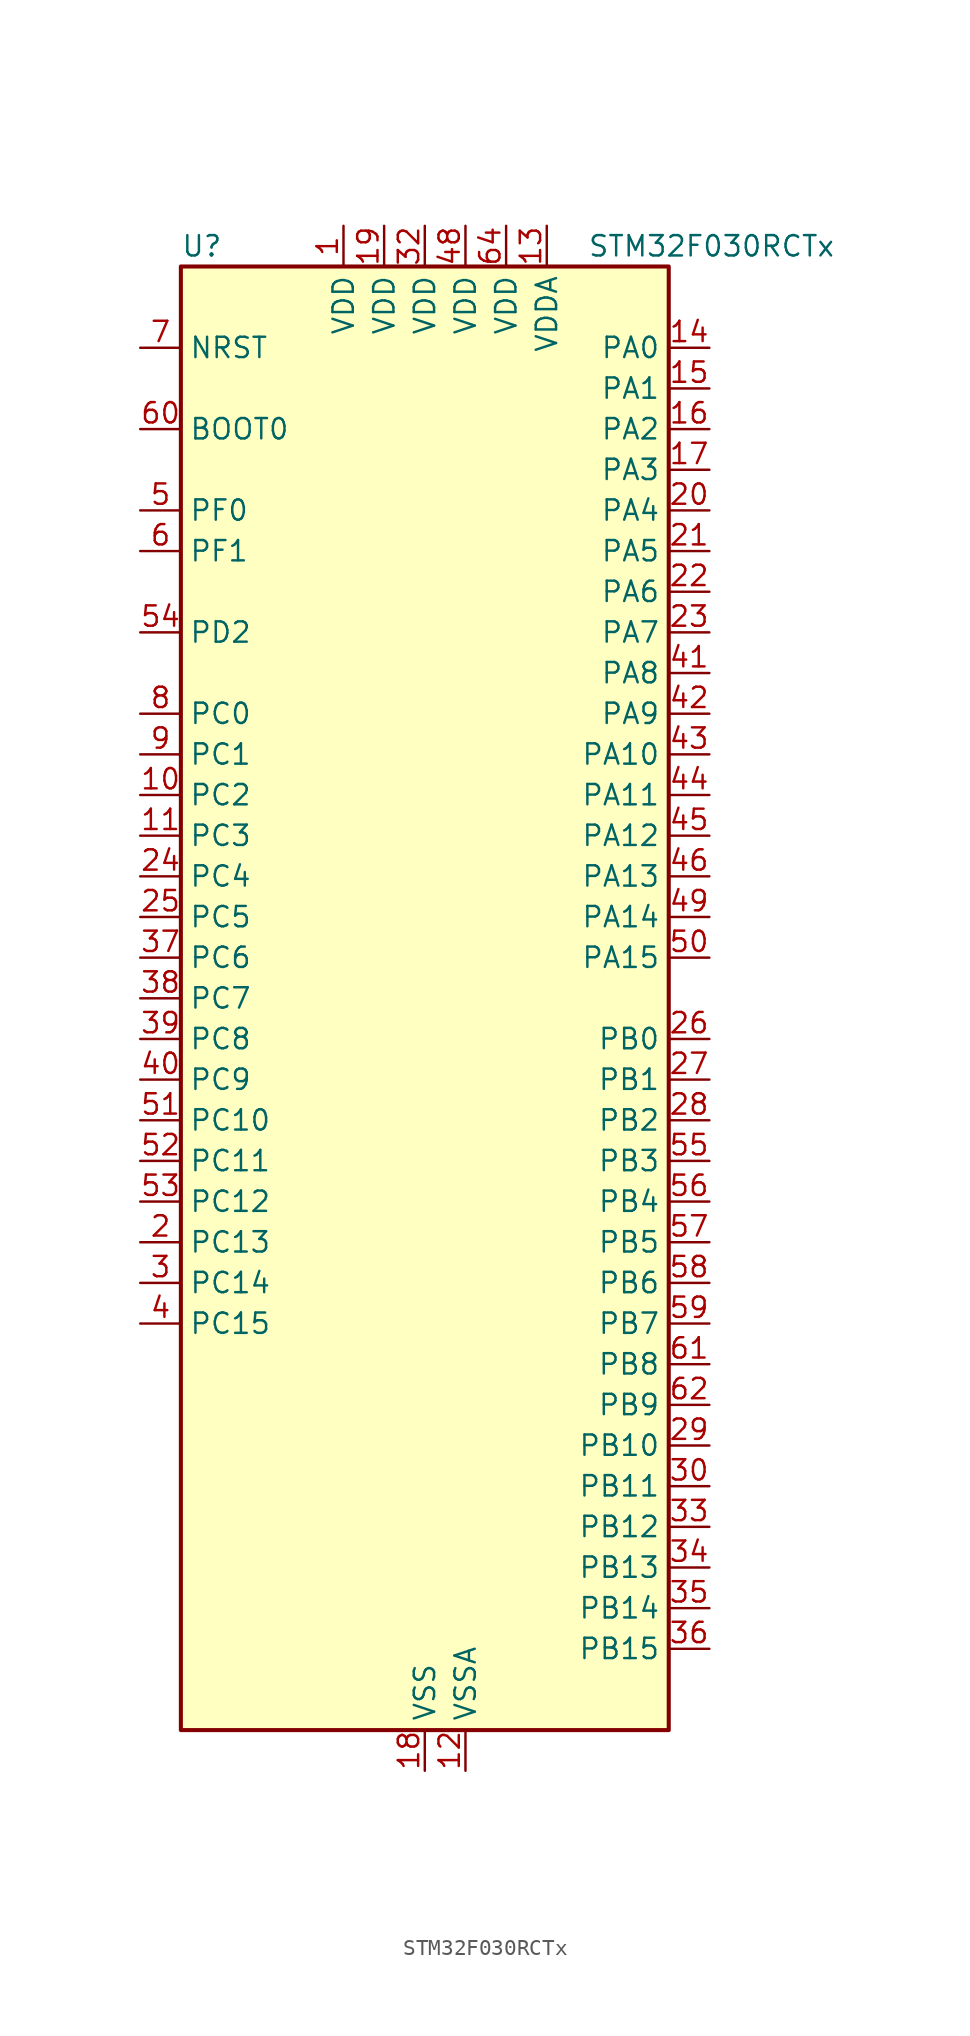
<source format=kicad_sym>
(kicad_symbol_lib
  (version 20241209)
  (generator "kicad_symbol_editor")
  (generator_version "9.0")
  (symbol "STM32F030RCTx"
    (property "Reference" "U"
      (at -15.24 46.99 0)
      (effects (font (size 1.27 1.27)) (justify left)))
    (property "Value" "STM32F030RCTx"
      (at 10.16 46.99 0)
      (effects (font (size 1.27 1.27)) (justify left)))
    (symbol "STM32F030RCTx_0_1"
      (rectangle (start -15.24 -45.72) (end 15.24 45.72) (stroke (width 0.254) (type default)) (fill (type background))))
    (symbol "STM32F030RCTx_1_1"
      (pin input line (at -17.78 40.64 0) (length 2.54) (name "NRST" (effects (font (size 1.27 1.27)))) (number "7" (effects (font (size 1.27 1.27)))))
      (pin input line (at -17.78 35.56 0) (length 2.54) (name "BOOT0" (effects (font (size 1.27 1.27)))) (number "60" (effects (font (size 1.27 1.27)))))
      (pin bidirectional line (at -17.78 30.48 0) (length 2.54) (name "PF0" (effects (font (size 1.27 1.27)))) (number "5" (effects (font (size 1.27 1.27)))) (alternate "I2C1_SDA" bidirectional line) (alternate "RCC_OSC_IN" bidirectional line))
      (pin bidirectional line (at -17.78 27.94 0) (length 2.54) (name "PF1" (effects (font (size 1.27 1.27)))) (number "6" (effects (font (size 1.27 1.27)))) (alternate "I2C1_SCL" bidirectional line) (alternate "RCC_OSC_OUT" bidirectional line))
      (pin bidirectional line (at -17.78 22.86 0) (length 2.54) (name "PD2" (effects (font (size 1.27 1.27)))) (number "54" (effects (font (size 1.27 1.27)))) (alternate "TIM3_ETR" bidirectional line) (alternate "USART3_DE" bidirectional line) (alternate "USART3_RTS" bidirectional line) (alternate "USART5_RX" bidirectional line))
      (pin bidirectional line (at -17.78 17.78 0) (length 2.54) (name "PC0" (effects (font (size 1.27 1.27)))) (number "8" (effects (font (size 1.27 1.27)))) (alternate "ADC_IN10" bidirectional line) (alternate "USART6_TX" bidirectional line))
      (pin bidirectional line (at -17.78 15.24 0) (length 2.54) (name "PC1" (effects (font (size 1.27 1.27)))) (number "9" (effects (font (size 1.27 1.27)))) (alternate "ADC_IN11" bidirectional line) (alternate "USART6_RX" bidirectional line))
      (pin bidirectional line (at -17.78 12.7 0) (length 2.54) (name "PC2" (effects (font (size 1.27 1.27)))) (number "10" (effects (font (size 1.27 1.27)))) (alternate "ADC_IN12" bidirectional line) (alternate "SPI2_MISO" bidirectional line))
      (pin bidirectional line (at -17.78 10.16 0) (length 2.54) (name "PC3" (effects (font (size 1.27 1.27)))) (number "11" (effects (font (size 1.27 1.27)))) (alternate "ADC_IN13" bidirectional line) (alternate "SPI2_MOSI" bidirectional line))
      (pin bidirectional line (at -17.78 7.62 0) (length 2.54) (name "PC4" (effects (font (size 1.27 1.27)))) (number "24" (effects (font (size 1.27 1.27)))) (alternate "ADC_IN14" bidirectional line) (alternate "USART3_TX" bidirectional line))
      (pin bidirectional line (at -17.78 5.08 0) (length 2.54) (name "PC5" (effects (font (size 1.27 1.27)))) (number "25" (effects (font (size 1.27 1.27)))) (alternate "ADC_IN15" bidirectional line) (alternate "USART3_RX" bidirectional line))
      (pin bidirectional line (at -17.78 2.54 0) (length 2.54) (name "PC6" (effects (font (size 1.27 1.27)))) (number "37" (effects (font (size 1.27 1.27)))) (alternate "TIM3_CH1" bidirectional line))
      (pin bidirectional line (at -17.78 0 0) (length 2.54) (name "PC7" (effects (font (size 1.27 1.27)))) (number "38" (effects (font (size 1.27 1.27)))) (alternate "TIM3_CH2" bidirectional line))
      (pin bidirectional line (at -17.78 -2.54 0) (length 2.54) (name "PC8" (effects (font (size 1.27 1.27)))) (number "39" (effects (font (size 1.27 1.27)))) (alternate "TIM3_CH3" bidirectional line))
      (pin bidirectional line (at -17.78 -5.08 0) (length 2.54) (name "PC9" (effects (font (size 1.27 1.27)))) (number "40" (effects (font (size 1.27 1.27)))) (alternate "TIM3_CH4" bidirectional line))
      (pin bidirectional line (at -17.78 -7.62 0) (length 2.54) (name "PC10" (effects (font (size 1.27 1.27)))) (number "51" (effects (font (size 1.27 1.27)))) (alternate "USART3_TX" bidirectional line) (alternate "USART4_TX" bidirectional line))
      (pin bidirectional line (at -17.78 -10.16 0) (length 2.54) (name "PC11" (effects (font (size 1.27 1.27)))) (number "52" (effects (font (size 1.27 1.27)))) (alternate "USART3_RX" bidirectional line) (alternate "USART4_RX" bidirectional line))
      (pin bidirectional line (at -17.78 -12.7 0) (length 2.54) (name "PC12" (effects (font (size 1.27 1.27)))) (number "53" (effects (font (size 1.27 1.27)))) (alternate "USART3_CK" bidirectional line) (alternate "USART4_CK" bidirectional line) (alternate "USART5_TX" bidirectional line))
      (pin bidirectional line (at -17.78 -15.24 0) (length 2.54) (name "PC13" (effects (font (size 1.27 1.27)))) (number "2" (effects (font (size 1.27 1.27)))) (alternate "RTC_OUT_ALARM" bidirectional line) (alternate "RTC_OUT_CALIB" bidirectional line) (alternate "RTC_TAMP1" bidirectional line) (alternate "RTC_TS" bidirectional line) (alternate "SYS_WKUP2" bidirectional line))
      (pin bidirectional line (at -17.78 -17.78 0) (length 2.54) (name "PC14" (effects (font (size 1.27 1.27)))) (number "3" (effects (font (size 1.27 1.27)))) (alternate "RCC_OSC32_IN" bidirectional line))
      (pin bidirectional line (at -17.78 -20.32 0) (length 2.54) (name "PC15" (effects (font (size 1.27 1.27)))) (number "4" (effects (font (size 1.27 1.27)))) (alternate "RCC_OSC32_OUT" bidirectional line))
      (pin power_in line (at -5.08 48.26 270) (length 2.54) (name "VDD" (effects (font (size 1.27 1.27)))) (number "1" (effects (font (size 1.27 1.27)))))
      (pin power_in line (at -2.54 48.26 270) (length 2.54) (name "VDD" (effects (font (size 1.27 1.27)))) (number "19" (effects (font (size 1.27 1.27)))))
      (pin power_in line (at 0 48.26 270) (length 2.54) (name "VDD" (effects (font (size 1.27 1.27)))) (number "32" (effects (font (size 1.27 1.27)))))
      (pin power_in line (at 0 -48.26 90) (length 2.54) (name "VSS" (effects (font (size 1.27 1.27)))) (number "18" (effects (font (size 1.27 1.27)))))
      (pin passive line (at 0 -48.26 90) (length 2.54) (hide yes) (name "VSS" (effects (font (size 1.27 1.27)))) (number "31" (effects (font (size 1.27 1.27)))))
      (pin passive line (at 0 -48.26 90) (length 2.54) (hide yes) (name "VSS" (effects (font (size 1.27 1.27)))) (number "47" (effects (font (size 1.27 1.27)))))
      (pin passive line (at 0 -48.26 90) (length 2.54) (hide yes) (name "VSS" (effects (font (size 1.27 1.27)))) (number "63" (effects (font (size 1.27 1.27)))))
      (pin power_in line (at 2.54 48.26 270) (length 2.54) (name "VDD" (effects (font (size 1.27 1.27)))) (number "48" (effects (font (size 1.27 1.27)))))
      (pin power_in line (at 2.54 -48.26 90) (length 2.54) (name "VSSA" (effects (font (size 1.27 1.27)))) (number "12" (effects (font (size 1.27 1.27)))))
      (pin power_in line (at 5.08 48.26 270) (length 2.54) (name "VDD" (effects (font (size 1.27 1.27)))) (number "64" (effects (font (size 1.27 1.27)))))
      (pin power_in line (at 7.62 48.26 270) (length 2.54) (name "VDDA" (effects (font (size 1.27 1.27)))) (number "13" (effects (font (size 1.27 1.27)))))
      (pin bidirectional line (at 17.78 40.64 180) (length 2.54) (name "PA0" (effects (font (size 1.27 1.27)))) (number "14" (effects (font (size 1.27 1.27)))) (alternate "ADC_IN0" bidirectional line) (alternate "RTC_TAMP2" bidirectional line) (alternate "SYS_WKUP1" bidirectional line) (alternate "USART2_CTS" bidirectional line) (alternate "USART4_TX" bidirectional line))
      (pin bidirectional line (at 17.78 38.1 180) (length 2.54) (name "PA1" (effects (font (size 1.27 1.27)))) (number "15" (effects (font (size 1.27 1.27)))) (alternate "ADC_IN1" bidirectional line) (alternate "TIM15_CH1N" bidirectional line) (alternate "USART2_DE" bidirectional line) (alternate "USART2_RTS" bidirectional line) (alternate "USART4_RX" bidirectional line))
      (pin bidirectional line (at 17.78 35.56 180) (length 2.54) (name "PA2" (effects (font (size 1.27 1.27)))) (number "16" (effects (font (size 1.27 1.27)))) (alternate "ADC_IN2" bidirectional line) (alternate "TIM15_CH1" bidirectional line) (alternate "USART2_TX" bidirectional line))
      (pin bidirectional line (at 17.78 33.02 180) (length 2.54) (name "PA3" (effects (font (size 1.27 1.27)))) (number "17" (effects (font (size 1.27 1.27)))) (alternate "ADC_IN3" bidirectional line) (alternate "TIM15_CH2" bidirectional line) (alternate "USART2_RX" bidirectional line))
      (pin bidirectional line (at 17.78 30.48 180) (length 2.54) (name "PA4" (effects (font (size 1.27 1.27)))) (number "20" (effects (font (size 1.27 1.27)))) (alternate "ADC_IN4" bidirectional line) (alternate "SPI1_NSS" bidirectional line) (alternate "TIM14_CH1" bidirectional line) (alternate "USART2_CK" bidirectional line) (alternate "USART6_TX" bidirectional line))
      (pin bidirectional line (at 17.78 27.94 180) (length 2.54) (name "PA5" (effects (font (size 1.27 1.27)))) (number "21" (effects (font (size 1.27 1.27)))) (alternate "ADC_IN5" bidirectional line) (alternate "SPI1_SCK" bidirectional line) (alternate "USART6_RX" bidirectional line))
      (pin bidirectional line (at 17.78 25.4 180) (length 2.54) (name "PA6" (effects (font (size 1.27 1.27)))) (number "22" (effects (font (size 1.27 1.27)))) (alternate "ADC_IN6" bidirectional line) (alternate "SPI1_MISO" bidirectional line) (alternate "TIM16_CH1" bidirectional line) (alternate "TIM1_BKIN" bidirectional line) (alternate "TIM3_CH1" bidirectional line) (alternate "USART3_CTS" bidirectional line))
      (pin bidirectional line (at 17.78 22.86 180) (length 2.54) (name "PA7" (effects (font (size 1.27 1.27)))) (number "23" (effects (font (size 1.27 1.27)))) (alternate "ADC_IN7" bidirectional line) (alternate "SPI1_MOSI" bidirectional line) (alternate "TIM14_CH1" bidirectional line) (alternate "TIM17_CH1" bidirectional line) (alternate "TIM1_CH1N" bidirectional line) (alternate "TIM3_CH2" bidirectional line))
      (pin bidirectional line (at 17.78 20.32 180) (length 2.54) (name "PA8" (effects (font (size 1.27 1.27)))) (number "41" (effects (font (size 1.27 1.27)))) (alternate "RCC_MCO" bidirectional line) (alternate "TIM1_CH1" bidirectional line) (alternate "USART1_CK" bidirectional line))
      (pin bidirectional line (at 17.78 17.78 180) (length 2.54) (name "PA9" (effects (font (size 1.27 1.27)))) (number "42" (effects (font (size 1.27 1.27)))) (alternate "I2C1_SCL" bidirectional line) (alternate "RCC_MCO" bidirectional line) (alternate "TIM15_BKIN" bidirectional line) (alternate "TIM1_CH2" bidirectional line) (alternate "USART1_TX" bidirectional line))
      (pin bidirectional line (at 17.78 15.24 180) (length 2.54) (name "PA10" (effects (font (size 1.27 1.27)))) (number "43" (effects (font (size 1.27 1.27)))) (alternate "I2C1_SDA" bidirectional line) (alternate "TIM17_BKIN" bidirectional line) (alternate "TIM1_CH3" bidirectional line) (alternate "USART1_RX" bidirectional line))
      (pin bidirectional line (at 17.78 12.7 180) (length 2.54) (name "PA11" (effects (font (size 1.27 1.27)))) (number "44" (effects (font (size 1.27 1.27)))) (alternate "I2C2_SCL" bidirectional line) (alternate "TIM1_CH4" bidirectional line) (alternate "USART1_CTS" bidirectional line))
      (pin bidirectional line (at 17.78 10.16 180) (length 2.54) (name "PA12" (effects (font (size 1.27 1.27)))) (number "45" (effects (font (size 1.27 1.27)))) (alternate "I2C2_SDA" bidirectional line) (alternate "TIM1_ETR" bidirectional line) (alternate "USART1_DE" bidirectional line) (alternate "USART1_RTS" bidirectional line))
      (pin bidirectional line (at 17.78 7.62 180) (length 2.54) (name "PA13" (effects (font (size 1.27 1.27)))) (number "46" (effects (font (size 1.27 1.27)))) (alternate "IR_OUT" bidirectional line) (alternate "SYS_SWDIO" bidirectional line))
      (pin bidirectional line (at 17.78 5.08 180) (length 2.54) (name "PA14" (effects (font (size 1.27 1.27)))) (number "49" (effects (font (size 1.27 1.27)))) (alternate "SYS_SWCLK" bidirectional line) (alternate "USART2_TX" bidirectional line))
      (pin bidirectional line (at 17.78 2.54 180) (length 2.54) (name "PA15" (effects (font (size 1.27 1.27)))) (number "50" (effects (font (size 1.27 1.27)))) (alternate "SPI1_NSS" bidirectional line) (alternate "USART2_RX" bidirectional line) (alternate "USART4_DE" bidirectional line) (alternate "USART4_RTS" bidirectional line))
      (pin bidirectional line (at 17.78 -2.54 180) (length 2.54) (name "PB0" (effects (font (size 1.27 1.27)))) (number "26" (effects (font (size 1.27 1.27)))) (alternate "ADC_IN8" bidirectional line) (alternate "TIM1_CH2N" bidirectional line) (alternate "TIM3_CH3" bidirectional line) (alternate "USART3_CK" bidirectional line))
      (pin bidirectional line (at 17.78 -5.08 180) (length 2.54) (name "PB1" (effects (font (size 1.27 1.27)))) (number "27" (effects (font (size 1.27 1.27)))) (alternate "ADC_IN9" bidirectional line) (alternate "TIM14_CH1" bidirectional line) (alternate "TIM1_CH3N" bidirectional line) (alternate "TIM3_CH4" bidirectional line) (alternate "USART3_DE" bidirectional line) (alternate "USART3_RTS" bidirectional line))
      (pin bidirectional line (at 17.78 -7.62 180) (length 2.54) (name "PB2" (effects (font (size 1.27 1.27)))) (number "28" (effects (font (size 1.27 1.27)))))
      (pin bidirectional line (at 17.78 -10.16 180) (length 2.54) (name "PB3" (effects (font (size 1.27 1.27)))) (number "55" (effects (font (size 1.27 1.27)))) (alternate "SPI1_SCK" bidirectional line) (alternate "USART5_TX" bidirectional line))
      (pin bidirectional line (at 17.78 -12.7 180) (length 2.54) (name "PB4" (effects (font (size 1.27 1.27)))) (number "56" (effects (font (size 1.27 1.27)))) (alternate "SPI1_MISO" bidirectional line) (alternate "TIM17_BKIN" bidirectional line) (alternate "TIM3_CH1" bidirectional line) (alternate "USART5_RX" bidirectional line))
      (pin bidirectional line (at 17.78 -15.24 180) (length 2.54) (name "PB5" (effects (font (size 1.27 1.27)))) (number "57" (effects (font (size 1.27 1.27)))) (alternate "I2C1_SMBA" bidirectional line) (alternate "SPI1_MOSI" bidirectional line) (alternate "TIM16_BKIN" bidirectional line) (alternate "TIM3_CH2" bidirectional line) (alternate "USART5_CK" bidirectional line) (alternate "USART5_DE" bidirectional line) (alternate "USART5_RTS" bidirectional line))
      (pin bidirectional line (at 17.78 -17.78 180) (length 2.54) (name "PB6" (effects (font (size 1.27 1.27)))) (number "58" (effects (font (size 1.27 1.27)))) (alternate "I2C1_SCL" bidirectional line) (alternate "TIM16_CH1N" bidirectional line) (alternate "USART1_TX" bidirectional line))
      (pin bidirectional line (at 17.78 -20.32 180) (length 2.54) (name "PB7" (effects (font (size 1.27 1.27)))) (number "59" (effects (font (size 1.27 1.27)))) (alternate "I2C1_SDA" bidirectional line) (alternate "TIM17_CH1N" bidirectional line) (alternate "USART1_RX" bidirectional line) (alternate "USART4_CTS" bidirectional line))
      (pin bidirectional line (at 17.78 -22.86 180) (length 2.54) (name "PB8" (effects (font (size 1.27 1.27)))) (number "61" (effects (font (size 1.27 1.27)))) (alternate "I2C1_SCL" bidirectional line) (alternate "TIM16_CH1" bidirectional line))
      (pin bidirectional line (at 17.78 -25.4 180) (length 2.54) (name "PB9" (effects (font (size 1.27 1.27)))) (number "62" (effects (font (size 1.27 1.27)))) (alternate "I2C1_SDA" bidirectional line) (alternate "IR_OUT" bidirectional line) (alternate "SPI2_NSS" bidirectional line) (alternate "TIM17_CH1" bidirectional line))
      (pin bidirectional line (at 17.78 -27.94 180) (length 2.54) (name "PB10" (effects (font (size 1.27 1.27)))) (number "29" (effects (font (size 1.27 1.27)))) (alternate "I2C2_SCL" bidirectional line) (alternate "SPI2_SCK" bidirectional line) (alternate "USART3_TX" bidirectional line))
      (pin bidirectional line (at 17.78 -30.48 180) (length 2.54) (name "PB11" (effects (font (size 1.27 1.27)))) (number "30" (effects (font (size 1.27 1.27)))) (alternate "I2C2_SDA" bidirectional line) (alternate "USART3_RX" bidirectional line))
      (pin bidirectional line (at 17.78 -33.02 180) (length 2.54) (name "PB12" (effects (font (size 1.27 1.27)))) (number "33" (effects (font (size 1.27 1.27)))) (alternate "SPI2_NSS" bidirectional line) (alternate "TIM15_BKIN" bidirectional line) (alternate "TIM1_BKIN" bidirectional line) (alternate "USART3_CK" bidirectional line))
      (pin bidirectional line (at 17.78 -35.56 180) (length 2.54) (name "PB13" (effects (font (size 1.27 1.27)))) (number "34" (effects (font (size 1.27 1.27)))) (alternate "I2C2_SCL" bidirectional line) (alternate "SPI2_SCK" bidirectional line) (alternate "TIM1_CH1N" bidirectional line) (alternate "USART3_CTS" bidirectional line))
      (pin bidirectional line (at 17.78 -38.1 180) (length 2.54) (name "PB14" (effects (font (size 1.27 1.27)))) (number "35" (effects (font (size 1.27 1.27)))) (alternate "I2C2_SDA" bidirectional line) (alternate "SPI2_MISO" bidirectional line) (alternate "TIM15_CH1" bidirectional line) (alternate "TIM1_CH2N" bidirectional line) (alternate "USART3_DE" bidirectional line) (alternate "USART3_RTS" bidirectional line))
      (pin bidirectional line (at 17.78 -40.64 180) (length 2.54) (name "PB15" (effects (font (size 1.27 1.27)))) (number "36" (effects (font (size 1.27 1.27)))) (alternate "RTC_REFIN" bidirectional line) (alternate "SPI2_MOSI" bidirectional line) (alternate "TIM15_CH1N" bidirectional line) (alternate "TIM15_CH2" bidirectional line) (alternate "TIM1_CH3N" bidirectional line)))))
</source>
